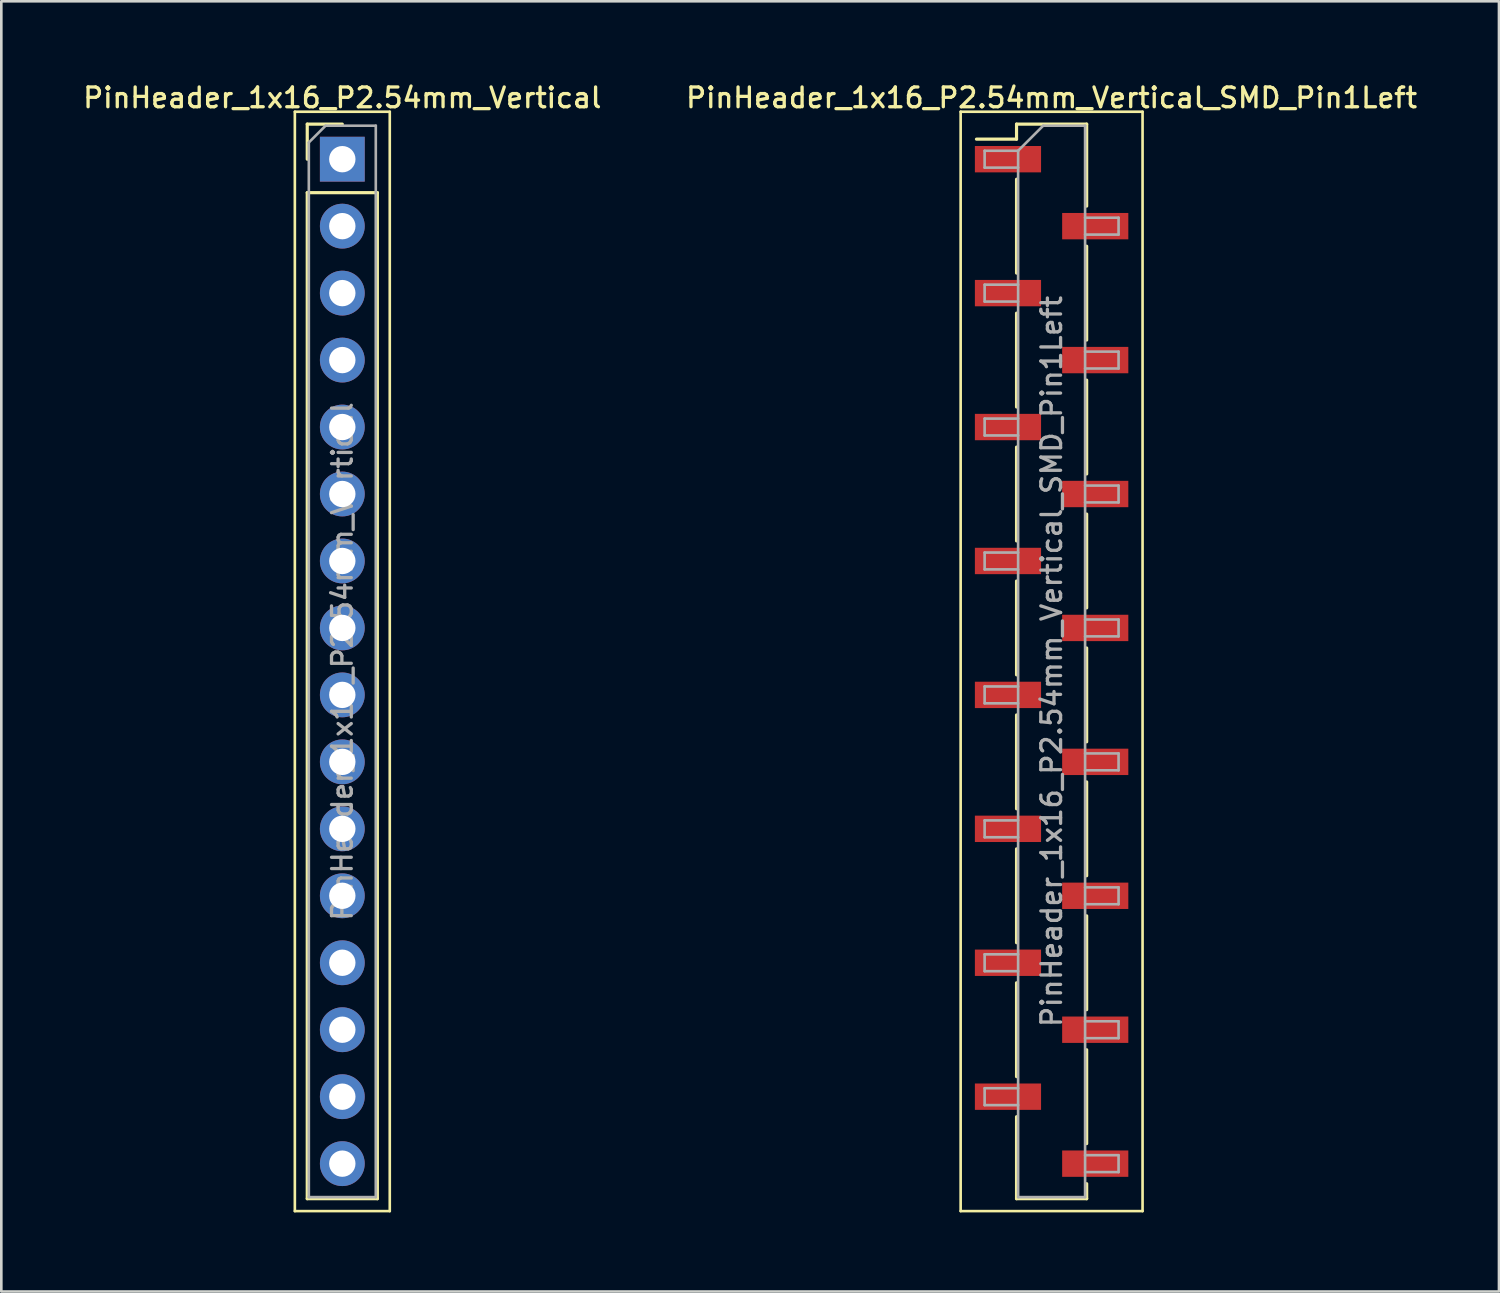
<source format=kicad_pcb>
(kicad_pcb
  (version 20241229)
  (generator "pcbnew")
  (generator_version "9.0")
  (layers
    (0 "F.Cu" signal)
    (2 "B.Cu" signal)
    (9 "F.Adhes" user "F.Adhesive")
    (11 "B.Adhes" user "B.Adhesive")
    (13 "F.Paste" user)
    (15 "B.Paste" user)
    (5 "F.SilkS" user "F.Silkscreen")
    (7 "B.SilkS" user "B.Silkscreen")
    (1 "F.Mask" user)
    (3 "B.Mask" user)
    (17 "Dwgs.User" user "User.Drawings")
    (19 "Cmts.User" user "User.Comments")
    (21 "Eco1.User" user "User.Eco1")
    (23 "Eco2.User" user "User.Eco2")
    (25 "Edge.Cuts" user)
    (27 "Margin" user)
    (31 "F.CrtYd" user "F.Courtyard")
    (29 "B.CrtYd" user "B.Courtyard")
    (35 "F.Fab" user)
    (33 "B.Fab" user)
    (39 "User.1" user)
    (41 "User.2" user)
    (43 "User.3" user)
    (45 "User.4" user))
  (footprint "PinHeader_1x16_P2.54mm_Vertical"
    (layer "F.Cu")
    (at 9.934 2.988)
    (property "Reference" "PinHeader_1x16_P2.54mm_Vertical" (at 0 -2.33 0) (layer "F.SilkS") (effects (font (size 0.75 0.75) (thickness 0.125))))
    (attr through_hole)
    (fp_line (start -1.8 -1.8) (end -1.8 39.9) (stroke (width 0.1) (type solid)) (layer "F.SilkS"))
    (fp_line (start -1.8 39.9) (end 1.8 39.9) (stroke (width 0.1) (type solid)) (layer "F.SilkS"))
    (fp_line (start -1.33 -1.33) (end 0 -1.33) (stroke (width 0.12) (type solid)) (layer "F.SilkS"))
    (fp_line (start -1.33 0) (end -1.33 -1.33) (stroke (width 0.12) (type solid)) (layer "F.SilkS"))
    (fp_line (start -1.33 1.27) (end -1.33 39.43) (stroke (width 0.12) (type solid)) (layer "F.SilkS"))
    (fp_line (start -1.33 1.27) (end 1.33 1.27) (stroke (width 0.12) (type solid)) (layer "F.SilkS"))
    (fp_line (start -1.33 39.43) (end 1.33 39.43) (stroke (width 0.12) (type solid)) (layer "F.SilkS"))
    (fp_line (start 1.33 1.27) (end 1.33 39.43) (stroke (width 0.12) (type solid)) (layer "F.SilkS"))
    (fp_line (start 1.8 -1.8) (end -1.8 -1.8) (stroke (width 0.1) (type solid)) (layer "F.SilkS"))
    (fp_line (start 1.8 39.9) (end 1.8 -1.8) (stroke (width 0.1) (type solid)) (layer "F.SilkS"))
    (fp_line (start -1.27 -0.635) (end -0.635 -1.27) (stroke (width 0.1) (type solid)) (layer "F.Fab"))
    (fp_line (start -1.27 39.37) (end -1.27 -0.635) (stroke (width 0.1) (type solid)) (layer "F.Fab"))
    (fp_line (start -0.635 -1.27) (end 1.27 -1.27) (stroke (width 0.1) (type solid)) (layer "F.Fab"))
    (fp_line (start 1.27 -1.27) (end 1.27 39.37) (stroke (width 0.1) (type solid)) (layer "F.Fab"))
    (fp_line (start 1.27 39.37) (end -1.27 39.37) (stroke (width 0.1) (type solid)) (layer "F.Fab"))
    (fp_text user "${REFERENCE}" (at 0 19.05 90) (layer "F.Fab") (effects (font (size 0.75 0.75) (thickness 0.125))))
    (pad "1" thru_hole rect (at 0 0) (size 1.7 1.7) (drill 1) (layers "*.Cu" "*.Mask"))
    (pad "2" thru_hole oval (at 0 2.54) (size 1.7 1.7) (drill 1) (layers "*.Cu" "*.Mask"))
    (pad "3" thru_hole oval (at 0 5.08) (size 1.7 1.7) (drill 1) (layers "*.Cu" "*.Mask"))
    (pad "4" thru_hole oval (at 0 7.62) (size 1.7 1.7) (drill 1) (layers "*.Cu" "*.Mask"))
    (pad "5" thru_hole oval (at 0 10.16) (size 1.7 1.7) (drill 1) (layers "*.Cu" "*.Mask"))
    (pad "6" thru_hole oval (at 0 12.7) (size 1.7 1.7) (drill 1) (layers "*.Cu" "*.Mask"))
    (pad "7" thru_hole oval (at 0 15.24) (size 1.7 1.7) (drill 1) (layers "*.Cu" "*.Mask"))
    (pad "8" thru_hole oval (at 0 17.78) (size 1.7 1.7) (drill 1) (layers "*.Cu" "*.Mask"))
    (pad "9" thru_hole oval (at 0 20.32) (size 1.7 1.7) (drill 1) (layers "*.Cu" "*.Mask"))
    (pad "10" thru_hole oval (at 0 22.86) (size 1.7 1.7) (drill 1) (layers "*.Cu" "*.Mask"))
    (pad "11" thru_hole oval (at 0 25.4) (size 1.7 1.7) (drill 1) (layers "*.Cu" "*.Mask"))
    (pad "12" thru_hole oval (at 0 27.94) (size 1.7 1.7) (drill 1) (layers "*.Cu" "*.Mask"))
    (pad "13" thru_hole oval (at 0 30.48) (size 1.7 1.7) (drill 1) (layers "*.Cu" "*.Mask"))
    (pad "14" thru_hole oval (at 0 33.02) (size 1.7 1.7) (drill 1) (layers "*.Cu" "*.Mask"))
    (pad "15" thru_hole oval (at 0 35.56) (size 1.7 1.7) (drill 1) (layers "*.Cu" "*.Mask"))
    (pad "16" thru_hole oval (at 0 38.1) (size 1.7 1.7) (drill 1) (layers "*.Cu" "*.Mask")))
  (footprint "PinHeader_1x16_P2.54mm_Vertical_SMD_Pin1Left"
    (layer "F.Cu")
    (at 36.838 22.038)
    (property "Reference" "PinHeader_1x16_P2.54mm_Vertical_SMD_Pin1Left" (at 0 -21.38 0) (layer "F.SilkS") (effects (font (size 0.75 0.75) (thickness 0.125))))
    (attr smd)
    (fp_line (start -3.45 -20.85) (end -3.45 20.85) (stroke (width 0.1) (type solid)) (layer "F.SilkS"))
    (fp_line (start -3.45 20.85) (end 3.45 20.85) (stroke (width 0.1) (type solid)) (layer "F.SilkS"))
    (fp_line (start -1.33 -20.38) (end -1.33 -19.81) (stroke (width 0.12) (type solid)) (layer "F.SilkS"))
    (fp_line (start -1.33 -20.38) (end 1.33 -20.38) (stroke (width 0.12) (type solid)) (layer "F.SilkS"))
    (fp_line (start -1.33 -19.81) (end -2.85 -19.81) (stroke (width 0.12) (type solid)) (layer "F.SilkS"))
    (fp_line (start -1.33 -18.29) (end -1.33 -14.73) (stroke (width 0.12) (type solid)) (layer "F.SilkS"))
    (fp_line (start -1.33 -13.21) (end -1.33 -9.65) (stroke (width 0.12) (type solid)) (layer "F.SilkS"))
    (fp_line (start -1.33 -8.13) (end -1.33 -4.57) (stroke (width 0.12) (type solid)) (layer "F.SilkS"))
    (fp_line (start -1.33 -3.05) (end -1.33 0.51) (stroke (width 0.12) (type solid)) (layer "F.SilkS"))
    (fp_line (start -1.33 2.03) (end -1.33 5.59) (stroke (width 0.12) (type solid)) (layer "F.SilkS"))
    (fp_line (start -1.33 7.11) (end -1.33 10.67) (stroke (width 0.12) (type solid)) (layer "F.SilkS"))
    (fp_line (start -1.33 12.19) (end -1.33 15.75) (stroke (width 0.12) (type solid)) (layer "F.SilkS"))
    (fp_line (start -1.33 17.27) (end -1.33 20.38) (stroke (width 0.12) (type solid)) (layer "F.SilkS"))
    (fp_line (start -1.33 20.38) (end 1.33 20.38) (stroke (width 0.12) (type solid)) (layer "F.SilkS"))
    (fp_line (start 1.33 -20.38) (end 1.33 -17.27) (stroke (width 0.12) (type solid)) (layer "F.SilkS"))
    (fp_line (start 1.33 -15.75) (end 1.33 -12.19) (stroke (width 0.12) (type solid)) (layer "F.SilkS"))
    (fp_line (start 1.33 -10.67) (end 1.33 -7.11) (stroke (width 0.12) (type solid)) (layer "F.SilkS"))
    (fp_line (start 1.33 -5.59) (end 1.33 -2.03) (stroke (width 0.12) (type solid)) (layer "F.SilkS"))
    (fp_line (start 1.33 -0.51) (end 1.33 3.05) (stroke (width 0.12) (type solid)) (layer "F.SilkS"))
    (fp_line (start 1.33 4.57) (end 1.33 8.13) (stroke (width 0.12) (type solid)) (layer "F.SilkS"))
    (fp_line (start 1.33 9.65) (end 1.33 13.21) (stroke (width 0.12) (type solid)) (layer "F.SilkS"))
    (fp_line (start 1.33 14.73) (end 1.33 18.29) (stroke (width 0.12) (type solid)) (layer "F.SilkS"))
    (fp_line (start 1.33 19.81) (end 1.33 20.38) (stroke (width 0.12) (type solid)) (layer "F.SilkS"))
    (fp_line (start 3.45 -20.85) (end -3.45 -20.85) (stroke (width 0.1) (type solid)) (layer "F.SilkS"))
    (fp_line (start 3.45 20.85) (end 3.45 -20.85) (stroke (width 0.1) (type solid)) (layer "F.SilkS"))
    (fp_line (start -2.54 -19.37) (end -2.54 -18.73) (stroke (width 0.1) (type solid)) (layer "F.Fab"))
    (fp_line (start -2.54 -18.73) (end -1.27 -18.73) (stroke (width 0.1) (type solid)) (layer "F.Fab"))
    (fp_line (start -2.54 -14.29) (end -2.54 -13.65) (stroke (width 0.1) (type solid)) (layer "F.Fab"))
    (fp_line (start -2.54 -13.65) (end -1.27 -13.65) (stroke (width 0.1) (type solid)) (layer "F.Fab"))
    (fp_line (start -2.54 -9.21) (end -2.54 -8.57) (stroke (width 0.1) (type solid)) (layer "F.Fab"))
    (fp_line (start -2.54 -8.57) (end -1.27 -8.57) (stroke (width 0.1) (type solid)) (layer "F.Fab"))
    (fp_line (start -2.54 -4.13) (end -2.54 -3.49) (stroke (width 0.1) (type solid)) (layer "F.Fab"))
    (fp_line (start -2.54 -3.49) (end -1.27 -3.49) (stroke (width 0.1) (type solid)) (layer "F.Fab"))
    (fp_line (start -2.54 0.95) (end -2.54 1.59) (stroke (width 0.1) (type solid)) (layer "F.Fab"))
    (fp_line (start -2.54 1.59) (end -1.27 1.59) (stroke (width 0.1) (type solid)) (layer "F.Fab"))
    (fp_line (start -2.54 6.03) (end -2.54 6.67) (stroke (width 0.1) (type solid)) (layer "F.Fab"))
    (fp_line (start -2.54 6.67) (end -1.27 6.67) (stroke (width 0.1) (type solid)) (layer "F.Fab"))
    (fp_line (start -2.54 11.11) (end -2.54 11.75) (stroke (width 0.1) (type solid)) (layer "F.Fab"))
    (fp_line (start -2.54 11.75) (end -1.27 11.75) (stroke (width 0.1) (type solid)) (layer "F.Fab"))
    (fp_line (start -2.54 16.19) (end -2.54 16.83) (stroke (width 0.1) (type solid)) (layer "F.Fab"))
    (fp_line (start -2.54 16.83) (end -1.27 16.83) (stroke (width 0.1) (type solid)) (layer "F.Fab"))
    (fp_line (start -1.27 -19.37) (end -2.54 -19.37) (stroke (width 0.1) (type solid)) (layer "F.Fab"))
    (fp_line (start -1.27 -19.37) (end -0.32 -20.32) (stroke (width 0.1) (type solid)) (layer "F.Fab"))
    (fp_line (start -1.27 -14.29) (end -2.54 -14.29) (stroke (width 0.1) (type solid)) (layer "F.Fab"))
    (fp_line (start -1.27 -9.21) (end -2.54 -9.21) (stroke (width 0.1) (type solid)) (layer "F.Fab"))
    (fp_line (start -1.27 -4.13) (end -2.54 -4.13) (stroke (width 0.1) (type solid)) (layer "F.Fab"))
    (fp_line (start -1.27 0.95) (end -2.54 0.95) (stroke (width 0.1) (type solid)) (layer "F.Fab"))
    (fp_line (start -1.27 6.03) (end -2.54 6.03) (stroke (width 0.1) (type solid)) (layer "F.Fab"))
    (fp_line (start -1.27 11.11) (end -2.54 11.11) (stroke (width 0.1) (type solid)) (layer "F.Fab"))
    (fp_line (start -1.27 16.19) (end -2.54 16.19) (stroke (width 0.1) (type solid)) (layer "F.Fab"))
    (fp_line (start -1.27 20.32) (end -1.27 -19.37) (stroke (width 0.1) (type solid)) (layer "F.Fab"))
    (fp_line (start -0.32 -20.32) (end 1.27 -20.32) (stroke (width 0.1) (type solid)) (layer "F.Fab"))
    (fp_line (start 1.27 -20.32) (end 1.27 20.32) (stroke (width 0.1) (type solid)) (layer "F.Fab"))
    (fp_line (start 1.27 -16.83) (end 2.54 -16.83) (stroke (width 0.1) (type solid)) (layer "F.Fab"))
    (fp_line (start 1.27 -11.75) (end 2.54 -11.75) (stroke (width 0.1) (type solid)) (layer "F.Fab"))
    (fp_line (start 1.27 -6.67) (end 2.54 -6.67) (stroke (width 0.1) (type solid)) (layer "F.Fab"))
    (fp_line (start 1.27 -1.59) (end 2.54 -1.59) (stroke (width 0.1) (type solid)) (layer "F.Fab"))
    (fp_line (start 1.27 3.49) (end 2.54 3.49) (stroke (width 0.1) (type solid)) (layer "F.Fab"))
    (fp_line (start 1.27 8.57) (end 2.54 8.57) (stroke (width 0.1) (type solid)) (layer "F.Fab"))
    (fp_line (start 1.27 13.65) (end 2.54 13.65) (stroke (width 0.1) (type solid)) (layer "F.Fab"))
    (fp_line (start 1.27 18.73) (end 2.54 18.73) (stroke (width 0.1) (type solid)) (layer "F.Fab"))
    (fp_line (start 1.27 20.32) (end -1.27 20.32) (stroke (width 0.1) (type solid)) (layer "F.Fab"))
    (fp_line (start 2.54 -16.83) (end 2.54 -16.19) (stroke (width 0.1) (type solid)) (layer "F.Fab"))
    (fp_line (start 2.54 -16.19) (end 1.27 -16.19) (stroke (width 0.1) (type solid)) (layer "F.Fab"))
    (fp_line (start 2.54 -11.75) (end 2.54 -11.11) (stroke (width 0.1) (type solid)) (layer "F.Fab"))
    (fp_line (start 2.54 -11.11) (end 1.27 -11.11) (stroke (width 0.1) (type solid)) (layer "F.Fab"))
    (fp_line (start 2.54 -6.67) (end 2.54 -6.03) (stroke (width 0.1) (type solid)) (layer "F.Fab"))
    (fp_line (start 2.54 -6.03) (end 1.27 -6.03) (stroke (width 0.1) (type solid)) (layer "F.Fab"))
    (fp_line (start 2.54 -1.59) (end 2.54 -0.95) (stroke (width 0.1) (type solid)) (layer "F.Fab"))
    (fp_line (start 2.54 -0.95) (end 1.27 -0.95) (stroke (width 0.1) (type solid)) (layer "F.Fab"))
    (fp_line (start 2.54 3.49) (end 2.54 4.13) (stroke (width 0.1) (type solid)) (layer "F.Fab"))
    (fp_line (start 2.54 4.13) (end 1.27 4.13) (stroke (width 0.1) (type solid)) (layer "F.Fab"))
    (fp_line (start 2.54 8.57) (end 2.54 9.21) (stroke (width 0.1) (type solid)) (layer "F.Fab"))
    (fp_line (start 2.54 9.21) (end 1.27 9.21) (stroke (width 0.1) (type solid)) (layer "F.Fab"))
    (fp_line (start 2.54 13.65) (end 2.54 14.29) (stroke (width 0.1) (type solid)) (layer "F.Fab"))
    (fp_line (start 2.54 14.29) (end 1.27 14.29) (stroke (width 0.1) (type solid)) (layer "F.Fab"))
    (fp_line (start 2.54 18.73) (end 2.54 19.37) (stroke (width 0.1) (type solid)) (layer "F.Fab"))
    (fp_line (start 2.54 19.37) (end 1.27 19.37) (stroke (width 0.1) (type solid)) (layer "F.Fab"))
    (fp_text user "${REFERENCE}" (at 0 0 90) (layer "F.Fab") (effects (font (size 0.75 0.75) (thickness 0.125))))
    (pad "1" smd rect (at -1.655 -19.05) (size 2.51 1) (layers "F.Cu" "F.Mask" "F.Paste"))
    (pad "2" smd rect (at 1.655 -16.51) (size 2.51 1) (layers "F.Cu" "F.Mask" "F.Paste"))
    (pad "3" smd rect (at -1.655 -13.97) (size 2.51 1) (layers "F.Cu" "F.Mask" "F.Paste"))
    (pad "4" smd rect (at 1.655 -11.43) (size 2.51 1) (layers "F.Cu" "F.Mask" "F.Paste"))
    (pad "5" smd rect (at -1.655 -8.89) (size 2.51 1) (layers "F.Cu" "F.Mask" "F.Paste"))
    (pad "6" smd rect (at 1.655 -6.35) (size 2.51 1) (layers "F.Cu" "F.Mask" "F.Paste"))
    (pad "7" smd rect (at -1.655 -3.81) (size 2.51 1) (layers "F.Cu" "F.Mask" "F.Paste"))
    (pad "8" smd rect (at 1.655 -1.27) (size 2.51 1) (layers "F.Cu" "F.Mask" "F.Paste"))
    (pad "9" smd rect (at -1.655 1.27) (size 2.51 1) (layers "F.Cu" "F.Mask" "F.Paste"))
    (pad "10" smd rect (at 1.655 3.81) (size 2.51 1) (layers "F.Cu" "F.Mask" "F.Paste"))
    (pad "11" smd rect (at -1.655 6.35) (size 2.51 1) (layers "F.Cu" "F.Mask" "F.Paste"))
    (pad "12" smd rect (at 1.655 8.89) (size 2.51 1) (layers "F.Cu" "F.Mask" "F.Paste"))
    (pad "13" smd rect (at -1.655 11.43) (size 2.51 1) (layers "F.Cu" "F.Mask" "F.Paste"))
    (pad "14" smd rect (at 1.655 13.97) (size 2.51 1) (layers "F.Cu" "F.Mask" "F.Paste"))
    (pad "15" smd rect (at -1.655 16.51) (size 2.51 1) (layers "F.Cu" "F.Mask" "F.Paste"))
    (pad "16" smd rect (at 1.655 19.05) (size 2.51 1) (layers "F.Cu" "F.Mask" "F.Paste")))
  (gr_rect
    (start -3 -3)
    (end 53.807 45.938)
    (stroke (width 0.1) (type default))
    (fill no)
    (layer "Edge.Cuts")))
</source>
